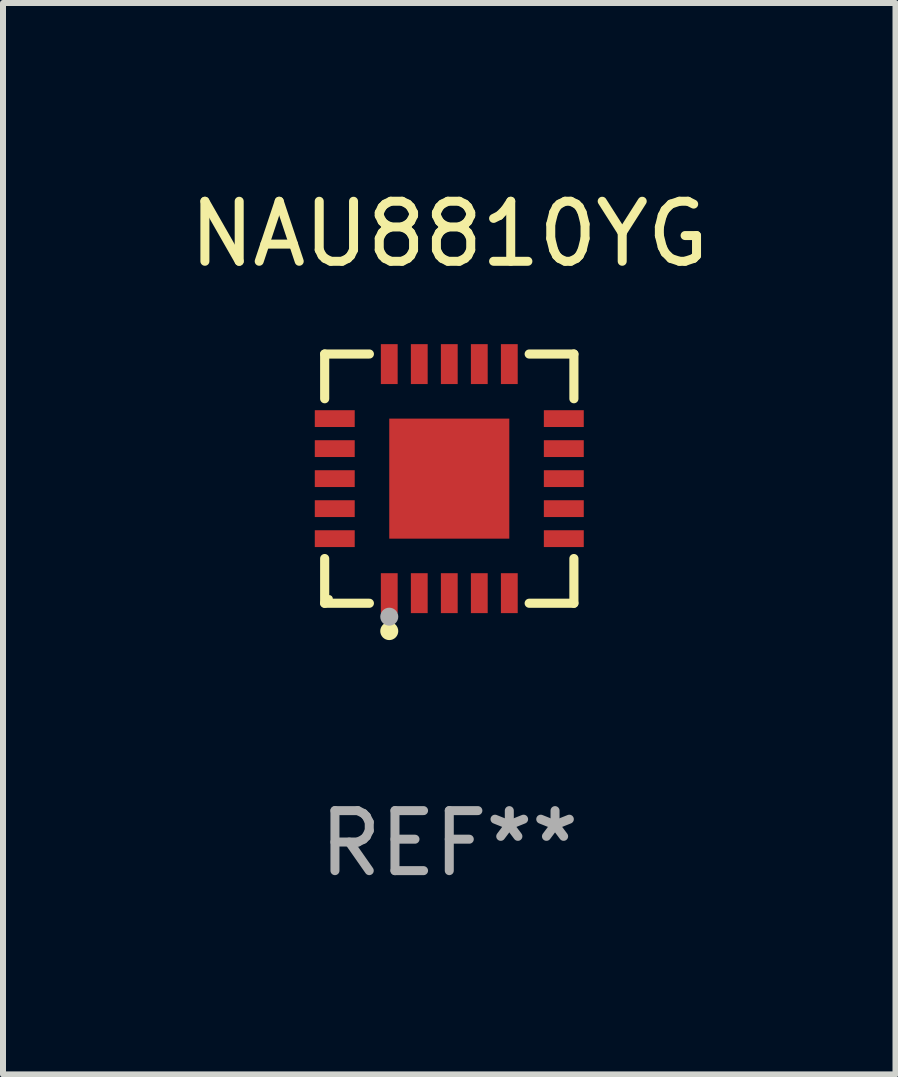
<source format=kicad_pcb>
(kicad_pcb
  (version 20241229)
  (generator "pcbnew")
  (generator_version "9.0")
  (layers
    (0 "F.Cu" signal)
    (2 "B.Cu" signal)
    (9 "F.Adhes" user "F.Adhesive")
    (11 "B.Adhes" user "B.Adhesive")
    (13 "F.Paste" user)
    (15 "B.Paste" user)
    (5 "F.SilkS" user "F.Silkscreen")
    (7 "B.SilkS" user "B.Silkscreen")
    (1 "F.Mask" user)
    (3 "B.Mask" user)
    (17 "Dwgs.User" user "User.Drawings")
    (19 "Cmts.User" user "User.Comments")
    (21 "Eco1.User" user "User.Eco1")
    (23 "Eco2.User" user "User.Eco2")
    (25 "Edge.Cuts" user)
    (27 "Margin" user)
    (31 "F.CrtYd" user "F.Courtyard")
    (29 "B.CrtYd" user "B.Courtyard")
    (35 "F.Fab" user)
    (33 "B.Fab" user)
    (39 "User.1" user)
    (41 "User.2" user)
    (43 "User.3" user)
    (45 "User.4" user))
  (footprint "NAU8810YG"
    (layer "F.Cu")
    (at 4.435 4.924)
    (property "Reference" "NAU8810YG" (at 0 -4.076 0) (layer "F.SilkS") (effects (font (size 1 1) (thickness 0.15))))
    (attr through_hole)
    (fp_line (start -2.076 -2.076) (end -1.331 -2.076) (stroke (width 0.152) (type solid)) (layer "F.SilkS"))
    (fp_line (start -2.076 -1.331) (end -2.076 -2.076) (stroke (width 0.152) (type solid)) (layer "F.SilkS"))
    (fp_line (start -2.076 1.331) (end -2.076 2.076) (stroke (width 0.152) (type solid)) (layer "F.SilkS"))
    (fp_line (start -2.076 2.076) (end -1.331 2.076) (stroke (width 0.152) (type solid)) (layer "F.SilkS"))
    (fp_line (start 2.076 -2.076) (end 1.331 -2.076) (stroke (width 0.152) (type solid)) (layer "F.SilkS"))
    (fp_line (start 2.076 -1.331) (end 2.076 -2.076) (stroke (width 0.152) (type solid)) (layer "F.SilkS"))
    (fp_line (start 2.076 1.331) (end 2.076 2.076) (stroke (width 0.152) (type solid)) (layer "F.SilkS"))
    (fp_line (start 2.076 2.076) (end 1.331 2.076) (stroke (width 0.152) (type solid)) (layer "F.SilkS"))
    (fp_circle (center -2 2) (end -1.97 2) (stroke (width 0.06) (type solid)) (fill no) (layer "F.SilkS"))
    (fp_circle (center -1 2.54) (end -0.925 2.54) (stroke (width 0.15) (type solid)) (fill no) (layer "F.SilkS"))
    (fp_circle (center -1 2.3) (end -0.925 2.3) (stroke (width 0.15) (type solid)) (fill no) (layer "F.Fab"))
    (fp_text user "REF**" (at 0 6.076 0) (layer "F.Fab") (effects (font (size 1 1) (thickness 0.15))))
    (pad "1" smd rect (at -1 1.908) (size 0.28 0.665) (layers "F.Cu" "F.Mask" "F.Paste"))
    (pad "2" smd rect (at -0.5 1.908) (size 0.28 0.665) (layers "F.Cu" "F.Mask" "F.Paste"))
    (pad "3" smd rect (at 0 1.908) (size 0.28 0.665) (layers "F.Cu" "F.Mask" "F.Paste"))
    (pad "4" smd rect (at 0.5 1.908) (size 0.28 0.665) (layers "F.Cu" "F.Mask" "F.Paste"))
    (pad "5" smd rect (at 1 1.908) (size 0.28 0.665) (layers "F.Cu" "F.Mask" "F.Paste"))
    (pad "6" smd rect (at 1.908 1) (size 0.665 0.28) (layers "F.Cu" "F.Mask" "F.Paste"))
    (pad "7" smd rect (at 1.908 0.5) (size 0.665 0.28) (layers "F.Cu" "F.Mask" "F.Paste"))
    (pad "8" smd rect (at 1.908 0) (size 0.665 0.28) (layers "F.Cu" "F.Mask" "F.Paste"))
    (pad "9" smd rect (at 1.908 -0.5) (size 0.665 0.28) (layers "F.Cu" "F.Mask" "F.Paste"))
    (pad "10" smd rect (at 1.908 -1) (size 0.665 0.28) (layers "F.Cu" "F.Mask" "F.Paste"))
    (pad "11" smd rect (at 1 -1.908) (size 0.28 0.665) (layers "F.Cu" "F.Mask" "F.Paste"))
    (pad "12" smd rect (at 0.5 -1.908) (size 0.28 0.665) (layers "F.Cu" "F.Mask" "F.Paste"))
    (pad "13" smd rect (at 0 -1.908) (size 0.28 0.665) (layers "F.Cu" "F.Mask" "F.Paste"))
    (pad "14" smd rect (at -0.5 -1.908) (size 0.28 0.665) (layers "F.Cu" "F.Mask" "F.Paste"))
    (pad "15" smd rect (at -1 -1.908) (size 0.28 0.665) (layers "F.Cu" "F.Mask" "F.Paste"))
    (pad "16" smd rect (at -1.908 -1) (size 0.665 0.28) (layers "F.Cu" "F.Mask" "F.Paste"))
    (pad "17" smd rect (at -1.908 -0.5) (size 0.665 0.28) (layers "F.Cu" "F.Mask" "F.Paste"))
    (pad "18" smd rect (at -1.908 0) (size 0.665 0.28) (layers "F.Cu" "F.Mask" "F.Paste"))
    (pad "19" smd rect (at -1.908 0.5) (size 0.665 0.28) (layers "F.Cu" "F.Mask" "F.Paste"))
    (pad "20" smd rect (at -1.908 1) (size 0.665 0.28) (layers "F.Cu" "F.Mask" "F.Paste"))
    (pad "21" smd rect (at 0 0) (size 2 2) (layers "F.Cu" "F.Mask" "F.Paste")))
  (gr_rect
    (start -3 -3)
    (end 11.869 14.849)
    (stroke (width 0.1) (type default))
    (fill no)
    (layer "Edge.Cuts")))
</source>
